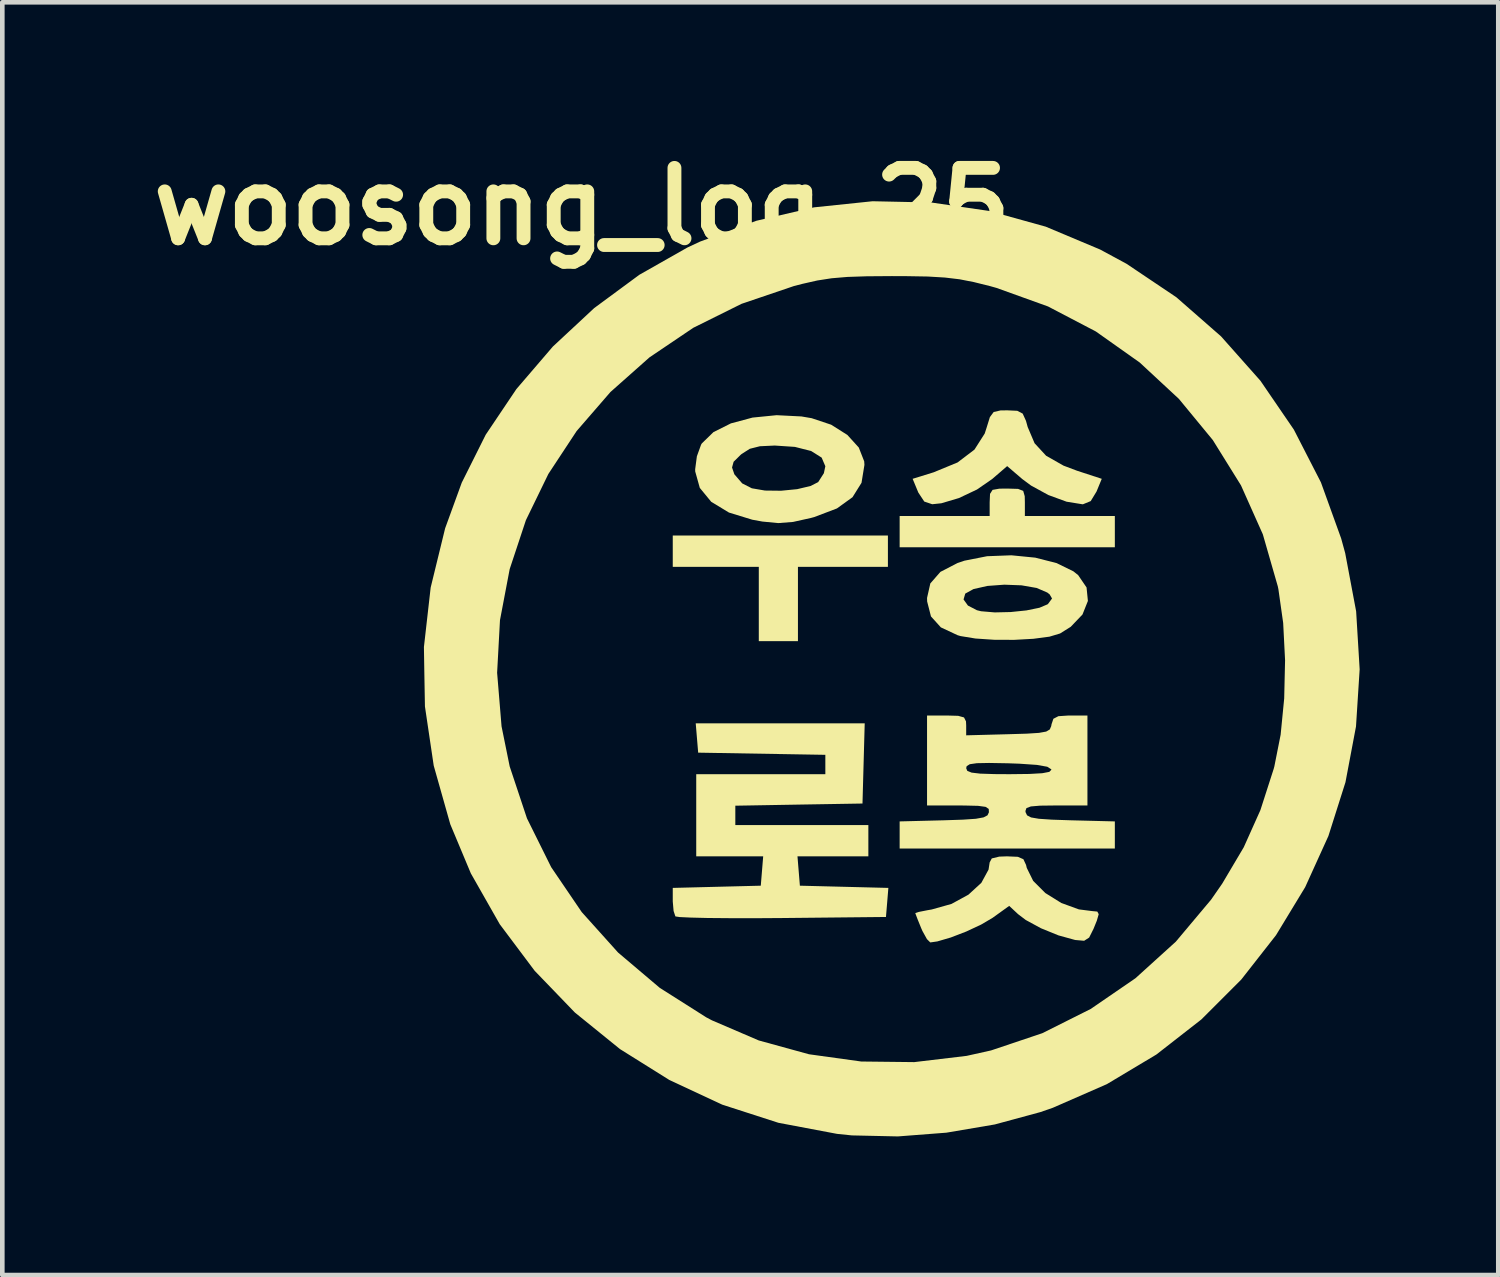
<source format=kicad_pcb>
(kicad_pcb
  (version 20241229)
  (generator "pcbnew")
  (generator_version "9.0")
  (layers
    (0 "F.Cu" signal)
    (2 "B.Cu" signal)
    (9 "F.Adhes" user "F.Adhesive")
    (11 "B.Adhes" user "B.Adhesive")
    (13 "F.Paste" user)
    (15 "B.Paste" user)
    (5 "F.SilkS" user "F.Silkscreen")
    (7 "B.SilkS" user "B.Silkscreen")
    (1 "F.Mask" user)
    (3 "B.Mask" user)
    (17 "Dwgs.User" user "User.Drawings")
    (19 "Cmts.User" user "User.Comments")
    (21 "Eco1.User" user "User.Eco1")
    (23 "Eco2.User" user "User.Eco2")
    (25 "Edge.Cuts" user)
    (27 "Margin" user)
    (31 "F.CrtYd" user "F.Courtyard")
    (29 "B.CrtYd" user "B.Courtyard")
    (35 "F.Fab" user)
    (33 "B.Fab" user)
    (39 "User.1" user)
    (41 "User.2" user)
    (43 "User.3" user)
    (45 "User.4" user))
  (footprint "woosong_log_25"
    (layer "F.Cu")
    (at 16.25 11.418)
    (property "Reference" "woosong_log_25" (at -6.7 -10 0) (layer "F.SilkS") (effects (font (size 1.524 1.524) (thickness 0.3))))
    (attr board_only exclude_from_pos_files exclude_from_bom)
    (fp_poly (pts (xy -0.085 -2.201) (xy -2.032 -2.201) (xy -2.032 -0.593) (xy -2.879 -0.593) (xy -2.879 -2.201) (xy -4.741 -2.201) (xy -4.741 -2.879) (xy -0.085 -2.879)) (stroke (width 0) (type solid)) (fill yes) (layer "F.SilkS"))
    (fp_poly (pts (xy 2.732 -3.888) (xy 2.843 -3.845) (xy 2.876 -3.73) (xy 2.879 -3.598) (xy 2.879 -3.302) (xy 4.826 -3.302) (xy 4.826 -2.625) (xy 0.169 -2.625) (xy 0.169 -3.302) (xy 2.117 -3.302) (xy 2.117 -3.598) (xy 2.125 -3.78) (xy 2.18 -3.867) (xy 2.328 -3.893) (xy 2.498 -3.895)) (stroke (width 0) (type solid)) (fill yes) (layer "F.SilkS"))
    (fp_poly (pts (xy -0.611 2.053) (xy -0.635 2.921) (xy -2.011 2.944) (xy -3.387 2.968) (xy -3.387 3.387) (xy -0.508 3.387) (xy -0.508 4.064) (xy -2.042 4.064) (xy -2.016 4.381) (xy -1.99 4.699) (xy -1.032 4.723) (xy -0.075 4.747) (xy -0.101 5.062) (xy -0.127 5.376) (xy -2.376 5.399) (xy -2.977 5.403) (xy -3.522 5.402) (xy -3.988 5.398) (xy -4.352 5.389) (xy -4.592 5.378) (xy -4.684 5.364) (xy -4.723 5.246) (xy -4.741 5.04) (xy -4.741 5.026) (xy -4.741 4.747) (xy -3.789 4.723) (xy -2.836 4.699) (xy -2.81 4.381) (xy -2.784 4.064) (xy -4.233 4.064) (xy -4.233 2.286) (xy -1.439 2.286) (xy -1.439 1.867) (xy -4.191 1.82) (xy -4.244 1.185) (xy -0.587 1.185)) (stroke (width 0) (type solid)) (fill yes) (layer "F.SilkS"))
    (fp_poly (pts (xy 2.715 -5.578) (xy 2.832 -5.517) (xy 2.903 -5.36) (xy 2.94 -5.227) (xy 3.089 -4.876) (xy 3.339 -4.605) (xy 3.716 -4.391) (xy 4.008 -4.281) (xy 4.543 -4.106) (xy 4.43 -3.831) (xy 4.304 -3.624) (xy 4.138 -3.556) (xy 4.121 -3.556) (xy 3.781 -3.611) (xy 3.388 -3.755) (xy 3.013 -3.96) (xy 2.824 -4.1) (xy 2.496 -4.381) (xy 2.171 -4.101) (xy 1.842 -3.874) (xy 1.453 -3.69) (xy 1.073 -3.577) (xy 0.874 -3.556) (xy 0.702 -3.614) (xy 0.573 -3.809) (xy 0.564 -3.831) (xy 0.45 -4.106) (xy 0.905 -4.247) (xy 1.422 -4.46) (xy 1.788 -4.738) (xy 2.01 -5.086) (xy 2.051 -5.213) (xy 2.122 -5.442) (xy 2.204 -5.552) (xy 2.352 -5.586) (xy 2.498 -5.588)) (stroke (width 0) (type solid)) (fill yes) (layer "F.SilkS"))
    (fp_poly (pts (xy 2.727 4.074) (xy 2.847 4.126) (xy 2.905 4.251) (xy 2.92 4.314) (xy 3.059 4.595) (xy 3.322 4.858) (xy 3.667 5.073) (xy 4.048 5.212) (xy 4.339 5.249) (xy 4.446 5.259) (xy 4.477 5.315) (xy 4.436 5.457) (xy 4.365 5.632) (xy 4.27 5.822) (xy 4.162 5.891) (xy 3.977 5.875) (xy 3.963 5.873) (xy 3.605 5.774) (xy 3.227 5.62) (xy 2.898 5.441) (xy 2.732 5.315) (xy 2.54 5.136) (xy 2.18 5.395) (xy 1.932 5.541) (xy 1.611 5.691) (xy 1.276 5.82) (xy 0.985 5.905) (xy 0.832 5.927) (xy 0.76 5.856) (xy 0.663 5.681) (xy 0.636 5.62) (xy 0.555 5.42) (xy 0.511 5.303) (xy 0.508 5.292) (xy 0.583 5.267) (xy 0.77 5.23) (xy 0.863 5.214) (xy 1.29 5.094) (xy 1.658 4.893) (xy 1.937 4.637) (xy 2.093 4.351) (xy 2.117 4.195) (xy 2.163 4.109) (xy 2.324 4.07) (xy 2.491 4.064)) (stroke (width 0) (type solid)) (fill yes) (layer "F.SilkS"))
    (fp_poly (pts (xy 3.104 -2.4) (xy 3.566 -2.282) (xy 3.929 -2.104) (xy 4.032 -2.022) (xy 4.214 -1.755) (xy 4.243 -1.463) (xy 4.126 -1.17) (xy 3.871 -0.903) (xy 3.641 -0.759) (xy 3.411 -0.69) (xy 3.063 -0.644) (xy 2.647 -0.621) (xy 2.212 -0.623) (xy 1.809 -0.65) (xy 1.486 -0.703) (xy 1.422 -0.722) (xy 1.061 -0.891) (xy 0.847 -1.128) (xy 0.764 -1.452) (xy 0.763 -1.495) (xy 1.552 -1.495) (xy 1.647 -1.363) (xy 1.842 -1.262) (xy 1.932 -1.24) (xy 2.227 -1.215) (xy 2.571 -1.223) (xy 2.912 -1.258) (xy 3.195 -1.316) (xy 3.37 -1.39) (xy 3.382 -1.401) (xy 3.467 -1.516) (xy 3.415 -1.605) (xy 3.364 -1.645) (xy 3.134 -1.744) (xy 2.807 -1.801) (xy 2.434 -1.815) (xy 2.069 -1.788) (xy 1.767 -1.72) (xy 1.589 -1.622) (xy 1.552 -1.495) (xy 0.763 -1.495) (xy 0.762 -1.528) (xy 0.833 -1.842) (xy 1.051 -2.092) (xy 1.422 -2.284) (xy 1.57 -2.334) (xy 2.061 -2.431) (xy 2.587 -2.451)) (stroke (width 0) (type solid)) (fill yes) (layer "F.SilkS"))
    (fp_poly (pts (xy -1.957 -5.456) (xy -1.735 -5.418) (xy -1.313 -5.277) (xy -0.963 -5.056) (xy -0.715 -4.783) (xy -0.598 -4.484) (xy -0.593 -4.408) (xy -0.656 -4.02) (xy -0.851 -3.708) (xy -1.188 -3.465) (xy -1.677 -3.279) (xy -1.751 -3.259) (xy -2.138 -3.173) (xy -2.458 -3.148) (xy -2.8 -3.181) (xy -3.02 -3.221) (xy -3.525 -3.376) (xy -3.909 -3.609) (xy -4.156 -3.91) (xy -4.255 -4.265) (xy -4.256 -4.312) (xy -4.251 -4.351) (xy -3.458 -4.351) (xy -3.408 -4.204) (xy -3.238 -4.007) (xy -3.03 -3.901) (xy -2.744 -3.852) (xy -2.397 -3.848) (xy -2.049 -3.882) (xy -1.758 -3.951) (xy -1.594 -4.035) (xy -1.471 -4.227) (xy -1.439 -4.378) (xy -1.519 -4.565) (xy -1.745 -4.707) (xy -2.098 -4.797) (xy -2.533 -4.826) (xy -2.855 -4.811) (xy -3.073 -4.756) (xy -3.251 -4.643) (xy -3.273 -4.624) (xy -3.424 -4.475) (xy -3.458 -4.351) (xy -4.251 -4.351) (xy -4.219 -4.594) (xy -4.128 -4.845) (xy -4.111 -4.873) (xy -3.86 -5.117) (xy -3.482 -5.306) (xy -3.015 -5.431) (xy -2.494 -5.483)) (stroke (width 0) (type solid)) (fill yes) (layer "F.SilkS"))
    (fp_poly (pts (xy 1.436 1.023) (xy 1.562 1.058) (xy 1.605 1.143) (xy 1.609 1.231) (xy 1.609 1.445) (xy 2.519 1.421) (xy 2.921 1.409) (xy 3.184 1.392) (xy 3.34 1.364) (xy 3.418 1.318) (xy 3.449 1.246) (xy 3.456 1.206) (xy 3.496 1.087) (xy 3.604 1.031) (xy 3.827 1.016) (xy 3.858 1.016) (xy 4.233 1.016) (xy 4.233 2.963) (xy 3.55 2.963) (xy 3.21 2.967) (xy 3.008 2.984) (xy 2.913 3.02) (xy 2.891 3.083) (xy 2.895 3.111) (xy 2.927 3.177) (xy 3.013 3.222) (xy 3.182 3.251) (xy 3.462 3.27) (xy 3.875 3.284) (xy 4.826 3.308) (xy 4.826 3.895) (xy 0.169 3.895) (xy 0.169 3.308) (xy 1.121 3.284) (xy 1.539 3.27) (xy 1.818 3.251) (xy 1.985 3.221) (xy 2.07 3.176) (xy 2.101 3.111) (xy 2.097 3.038) (xy 2.029 2.993) (xy 1.867 2.971) (xy 1.577 2.964) (xy 1.446 2.963) (xy 0.762 2.963) (xy 0.762 2.156) (xy 1.609 2.156) (xy 1.633 2.214) (xy 1.726 2.252) (xy 1.912 2.274) (xy 2.221 2.284) (xy 2.547 2.286) (xy 2.976 2.281) (xy 3.256 2.265) (xy 3.408 2.236) (xy 3.452 2.191) (xy 3.45 2.18) (xy 3.364 2.125) (xy 3.138 2.085) (xy 2.761 2.059) (xy 2.512 2.05) (xy 2.105 2.043) (xy 1.84 2.048) (xy 1.687 2.07) (xy 1.62 2.112) (xy 1.609 2.156) (xy 0.762 2.156) (xy 0.762 1.016) (xy 1.185 1.016)) (stroke (width 0) (type solid)) (fill yes) (layer "F.SilkS"))
    (fp_poly (pts (xy 0.852 -10.086) (xy 2.106 -9.903) (xy 3.33 -9.563) (xy 4.508 -9.068) (xy 5.08 -8.759) (xy 6.156 -8.036) (xy 7.125 -7.188) (xy 7.976 -6.229) (xy 8.7 -5.171) (xy 9.286 -4.029) (xy 9.724 -2.815) (xy 9.811 -2.498) (xy 10.048 -1.238) (xy 10.124 0.017) (xy 10.045 1.253) (xy 9.817 2.46) (xy 9.448 3.623) (xy 8.945 4.731) (xy 8.314 5.77) (xy 7.563 6.729) (xy 6.698 7.594) (xy 5.725 8.353) (xy 4.653 8.994) (xy 3.487 9.504) (xy 3.217 9.598) (xy 2.229 9.866) (xy 1.181 10.044) (xy 0.131 10.125) (xy -0.865 10.103) (xy -1.185 10.07) (xy -2.455 9.83) (xy -3.669 9.438) (xy -4.816 8.903) (xy -5.883 8.235) (xy -6.859 7.444) (xy -7.73 6.54) (xy -8.485 5.533) (xy -9.111 4.432) (xy -9.555 3.371) (xy -9.914 2.101) (xy -10.104 0.82) (xy -10.117 0.091) (xy -8.542 0.091) (xy -8.446 1.251) (xy -8.27 2.118) (xy -7.896 3.242) (xy -7.372 4.298) (xy -6.711 5.27) (xy -5.924 6.146) (xy -5.022 6.91) (xy -4.016 7.548) (xy -3.895 7.612) (xy -2.88 8.048) (xy -1.793 8.347) (xy -0.661 8.504) (xy 0.485 8.517) (xy 1.618 8.382) (xy 2.148 8.264) (xy 3.257 7.891) (xy 4.303 7.367) (xy 5.272 6.702) (xy 6.146 5.91) (xy 6.91 5) (xy 7.148 4.657) (xy 7.616 3.867) (xy 7.976 3.064) (xy 8.263 2.173) (xy 8.278 2.118) (xy 8.414 1.432) (xy 8.491 0.647) (xy 8.51 -0.179) (xy 8.469 -0.986) (xy 8.366 -1.714) (xy 8.353 -1.778) (xy 8.029 -2.904) (xy 7.556 -3.964) (xy 6.946 -4.945) (xy 6.212 -5.836) (xy 5.364 -6.623) (xy 4.416 -7.294) (xy 3.38 -7.836) (xy 2.266 -8.237) (xy 2.127 -8.276) (xy 1.777 -8.363) (xy 1.466 -8.424) (xy 1.147 -8.462) (xy 0.775 -8.484) (xy 0.304 -8.492) (xy 0 -8.493) (xy -0.543 -8.489) (xy -0.962 -8.475) (xy -1.304 -8.446) (xy -1.613 -8.398) (xy -1.936 -8.325) (xy -2.118 -8.278) (xy -3.252 -7.893) (xy -4.297 -7.374) (xy -5.245 -6.734) (xy -6.089 -5.985) (xy -6.821 -5.14) (xy -7.433 -4.211) (xy -7.919 -3.211) (xy -8.27 -2.152) (xy -8.48 -1.047) (xy -8.542 0.091) (xy -10.117 0.091) (xy -10.126 -0.466) (xy -9.98 -1.753) (xy -9.667 -3.035) (xy -9.307 -4.024) (xy -8.789 -5.06) (xy -8.125 -6.048) (xy -7.335 -6.969) (xy -6.441 -7.801) (xy -5.463 -8.522) (xy -4.423 -9.112) (xy -4.149 -9.24) (xy -2.933 -9.69) (xy -1.683 -9.981) (xy -0.417 -10.113)) (stroke (width 0) (type solid)) (fill yes) (layer "F.SilkS")))
  (gr_rect
    (start -3 -3)
    (end 29.374 24.543)
    (stroke (width 0.1) (type default))
    (fill no)
    (layer "Edge.Cuts")))
</source>
